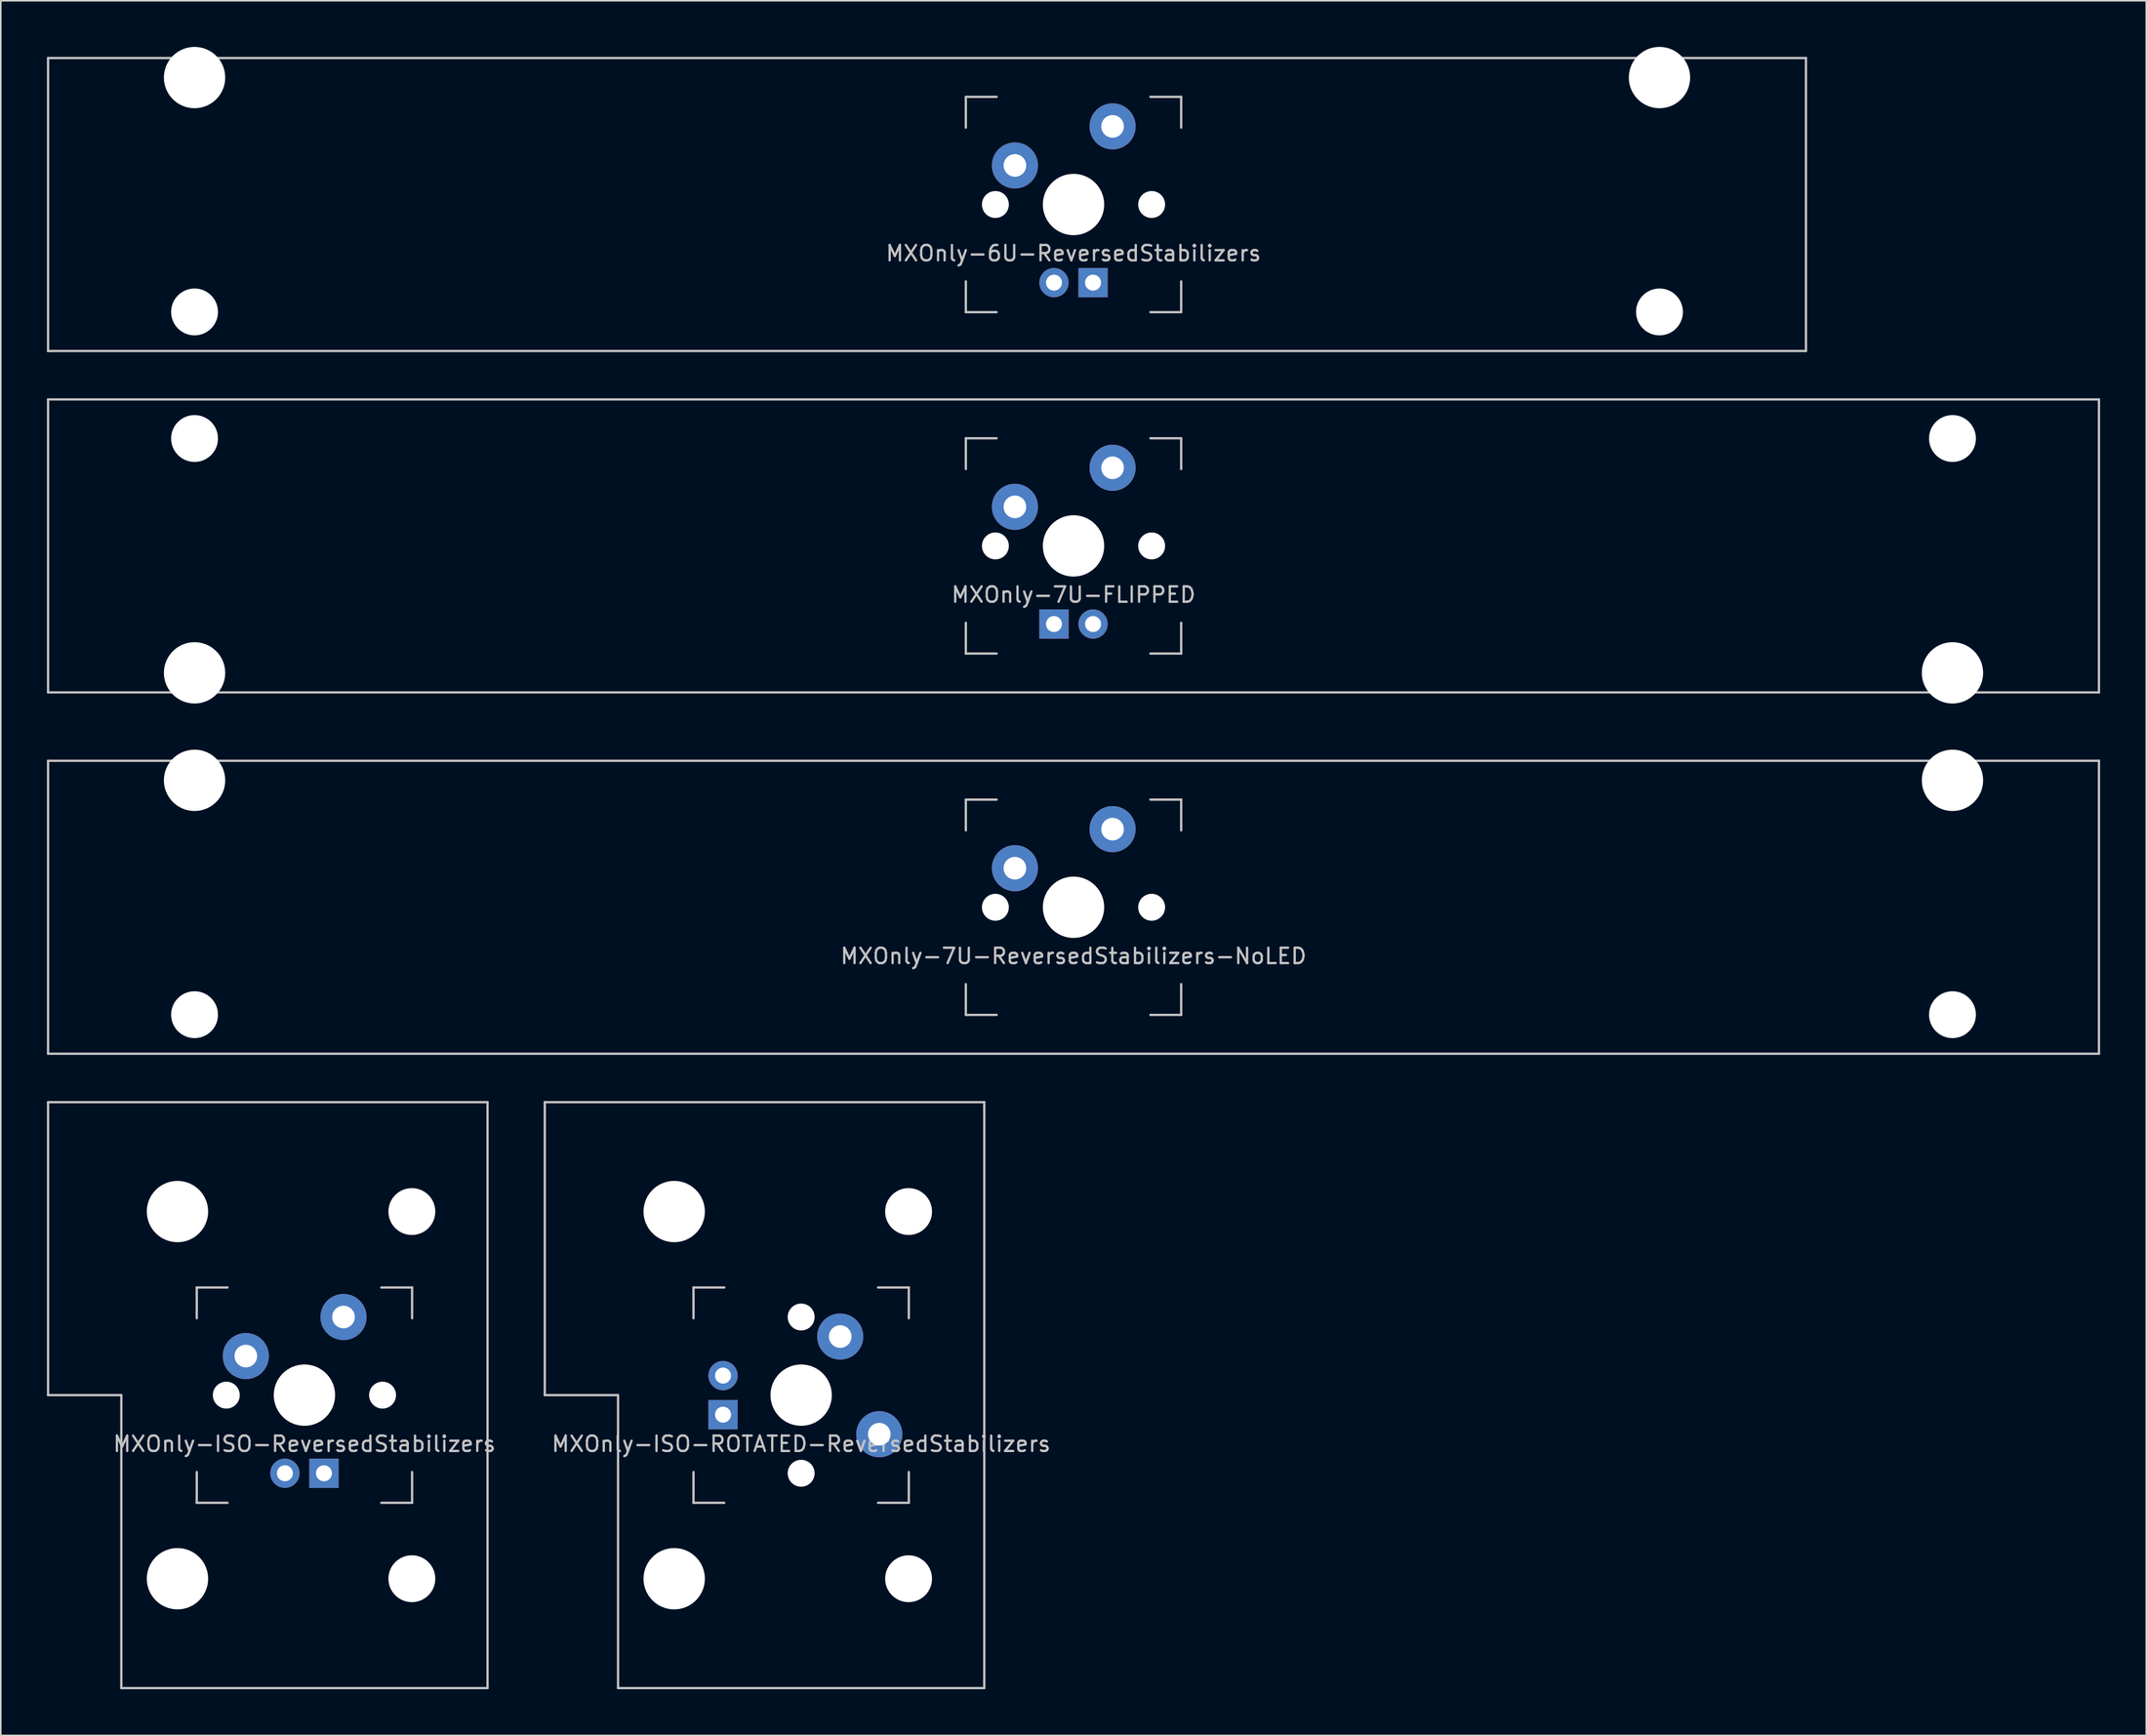
<source format=kicad_pcb>
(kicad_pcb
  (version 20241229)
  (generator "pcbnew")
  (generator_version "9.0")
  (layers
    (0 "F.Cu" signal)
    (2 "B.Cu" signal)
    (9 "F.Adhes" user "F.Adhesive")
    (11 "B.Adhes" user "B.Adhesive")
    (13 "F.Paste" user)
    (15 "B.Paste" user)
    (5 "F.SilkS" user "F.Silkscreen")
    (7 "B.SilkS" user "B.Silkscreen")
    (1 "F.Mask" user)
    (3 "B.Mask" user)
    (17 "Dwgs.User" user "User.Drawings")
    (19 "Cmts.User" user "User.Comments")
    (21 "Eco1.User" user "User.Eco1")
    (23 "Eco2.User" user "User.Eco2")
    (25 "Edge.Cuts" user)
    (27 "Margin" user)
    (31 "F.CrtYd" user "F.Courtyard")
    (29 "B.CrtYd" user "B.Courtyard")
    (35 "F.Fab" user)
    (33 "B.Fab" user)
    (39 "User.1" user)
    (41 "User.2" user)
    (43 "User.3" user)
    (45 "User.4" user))
  (footprint "MXOnly-7U-ReversedStabilizers-NoLED"
    (layer "F.Cu")
    (at 66.75 55.947)
    (property "Reference" "MXOnly-7U-ReversedStabilizers-NoLED" (at 0 3.175 0) (layer "Dwgs.User") (effects (font (size 1 1) (thickness 0.15))))
    (attr through_hole)
    (fp_line (start -66.675 -9.525) (end 66.675 -9.525) (stroke (width 0.15) (type solid)) (layer "Dwgs.User"))
    (fp_line (start -66.675 9.525) (end -66.675 -9.525) (stroke (width 0.15) (type solid)) (layer "Dwgs.User"))
    (fp_line (start -66.675 9.525) (end 66.675 9.525) (stroke (width 0.15) (type solid)) (layer "Dwgs.User"))
    (fp_line (start -7 -7) (end -7 -5) (stroke (width 0.15) (type solid)) (layer "Dwgs.User"))
    (fp_line (start -7 5) (end -7 7) (stroke (width 0.15) (type solid)) (layer "Dwgs.User"))
    (fp_line (start -7 7) (end -5 7) (stroke (width 0.15) (type solid)) (layer "Dwgs.User"))
    (fp_line (start -5 -7) (end -7 -7) (stroke (width 0.15) (type solid)) (layer "Dwgs.User"))
    (fp_line (start 5 -7) (end 7 -7) (stroke (width 0.15) (type solid)) (layer "Dwgs.User"))
    (fp_line (start 5 7) (end 7 7) (stroke (width 0.15) (type solid)) (layer "Dwgs.User"))
    (fp_line (start 7 -7) (end 7 -5) (stroke (width 0.15) (type solid)) (layer "Dwgs.User"))
    (fp_line (start 7 7) (end 7 5) (stroke (width 0.15) (type solid)) (layer "Dwgs.User"))
    (fp_line (start 66.675 -9.525) (end 66.675 9.525) (stroke (width 0.15) (type solid)) (layer "Dwgs.User"))
    (pad "" np_thru_hole circle (at -57.15 -8.255) (size 3.988 3.988) (drill 3.988) (layers "*.Cu" "*.Mask"))
    (pad "" np_thru_hole circle (at -57.15 6.985) (size 3.048 3.048) (drill 3.048) (layers "*.Cu" "*.Mask"))
    (pad "" np_thru_hole circle (at -5.08 0 48.1) (size 1.75 1.75) (drill 1.75) (layers "*.Cu" "*.Mask"))
    (pad "" np_thru_hole circle (at 0 0) (size 3.988 3.988) (drill 3.988) (layers "*.Cu" "*.Mask"))
    (pad "" np_thru_hole circle (at 5.08 0 48.1) (size 1.75 1.75) (drill 1.75) (layers "*.Cu" "*.Mask"))
    (pad "" np_thru_hole circle (at 57.15 -8.255) (size 3.988 3.988) (drill 3.988) (layers "*.Cu" "*.Mask"))
    (pad "" np_thru_hole circle (at 57.15 6.985) (size 3.048 3.048) (drill 3.048) (layers "*.Cu" "*.Mask"))
    (pad "1" thru_hole circle (at -3.81 -2.54) (size 3 3) (drill 1.47) (layers "*.Cu" "*.Mask"))
    (pad "2" thru_hole circle (at 2.54 -5.08) (size 3 3) (drill 1.47) (layers "*.Cu" "*.Mask")))
  (footprint "MXOnly-ISO-ReversedStabilizers"
    (layer "F.Cu")
    (at 16.744 87.672)
    (property "Reference" "MXOnly-ISO-ReversedStabilizers" (at 0 3.175 0) (layer "Dwgs.User") (effects (font (size 1 1) (thickness 0.15))))
    (attr through_hole)
    (fp_line (start -16.669 -19.05) (end -16.669 0) (stroke (width 0.15) (type solid)) (layer "Dwgs.User"))
    (fp_line (start -16.669 -19.05) (end 11.906 -19.05) (stroke (width 0.15) (type solid)) (layer "Dwgs.User"))
    (fp_line (start -11.906 0) (end -16.669 0) (stroke (width 0.15) (type solid)) (layer "Dwgs.User"))
    (fp_line (start -11.906 19.05) (end -11.906 0) (stroke (width 0.15) (type solid)) (layer "Dwgs.User"))
    (fp_line (start -11.906 19.05) (end 11.906 19.05) (stroke (width 0.15) (type solid)) (layer "Dwgs.User"))
    (fp_line (start -7 -7) (end -7 -5) (stroke (width 0.15) (type solid)) (layer "Dwgs.User"))
    (fp_line (start -7 5) (end -7 7) (stroke (width 0.15) (type solid)) (layer "Dwgs.User"))
    (fp_line (start -7 7) (end -5 7) (stroke (width 0.15) (type solid)) (layer "Dwgs.User"))
    (fp_line (start -5 -7) (end -7 -7) (stroke (width 0.15) (type solid)) (layer "Dwgs.User"))
    (fp_line (start 5 -7) (end 7 -7) (stroke (width 0.15) (type solid)) (layer "Dwgs.User"))
    (fp_line (start 5 7) (end 7 7) (stroke (width 0.15) (type solid)) (layer "Dwgs.User"))
    (fp_line (start 7 -7) (end 7 -5) (stroke (width 0.15) (type solid)) (layer "Dwgs.User"))
    (fp_line (start 7 7) (end 7 5) (stroke (width 0.15) (type solid)) (layer "Dwgs.User"))
    (fp_line (start 11.906 -19.05) (end 11.906 19.05) (stroke (width 0.15) (type solid)) (layer "Dwgs.User"))
    (pad "" np_thru_hole circle (at -8.255 -11.938) (size 3.988 3.988) (drill 3.988) (layers "*.Cu" "*.Mask"))
    (pad "" np_thru_hole circle (at -8.255 11.938) (size 3.988 3.988) (drill 3.988) (layers "*.Cu" "*.Mask"))
    (pad "" np_thru_hole circle (at -5.08 0 48.1) (size 1.75 1.75) (drill 1.75) (layers "*.Cu" "*.Mask"))
    (pad "" np_thru_hole circle (at 0 0) (size 3.988 3.988) (drill 3.988) (layers "*.Cu" "*.Mask"))
    (pad "" np_thru_hole circle (at 5.08 0 48.1) (size 1.75 1.75) (drill 1.75) (layers "*.Cu" "*.Mask"))
    (pad "" np_thru_hole circle (at 6.985 -11.938) (size 3.048 3.048) (drill 3.048) (layers "*.Cu" "*.Mask"))
    (pad "" np_thru_hole circle (at 6.985 11.938) (size 3.048 3.048) (drill 3.048) (layers "*.Cu" "*.Mask"))
    (pad "1" thru_hole circle (at -3.81 -2.54) (size 3 3) (drill 1.47) (layers "*.Cu" "*.Mask"))
    (pad "2" thru_hole circle (at 2.54 -5.08) (size 3 3) (drill 1.47) (layers "*.Cu" "*.Mask"))
    (pad "3" thru_hole circle (at -1.27 5.08) (size 1.905 1.905) (drill 1.04) (layers "*.Cu" "*.Mask"))
    (pad "4" thru_hole rect (at 1.27 5.08) (size 1.905 1.905) (drill 1.04) (layers "*.Cu" "*.Mask")))
  (footprint "MXOnly-7U-FLIPPED"
    (layer "F.Cu")
    (at 66.75 32.449)
    (property "Reference" "MXOnly-7U-FLIPPED" (at 0 3.175 0) (layer "Dwgs.User") (effects (font (size 1 1) (thickness 0.15))))
    (attr through_hole)
    (fp_line (start -66.675 -9.525) (end 66.675 -9.525) (stroke (width 0.15) (type solid)) (layer "Dwgs.User"))
    (fp_line (start -66.675 9.525) (end -66.675 -9.525) (stroke (width 0.15) (type solid)) (layer "Dwgs.User"))
    (fp_line (start -66.675 9.525) (end 66.675 9.525) (stroke (width 0.15) (type solid)) (layer "Dwgs.User"))
    (fp_line (start -7 -7) (end -7 -5) (stroke (width 0.15) (type solid)) (layer "Dwgs.User"))
    (fp_line (start -7 5) (end -7 7) (stroke (width 0.15) (type solid)) (layer "Dwgs.User"))
    (fp_line (start -7 7) (end -5 7) (stroke (width 0.15) (type solid)) (layer "Dwgs.User"))
    (fp_line (start -5 -7) (end -7 -7) (stroke (width 0.15) (type solid)) (layer "Dwgs.User"))
    (fp_line (start 5 -7) (end 7 -7) (stroke (width 0.15) (type solid)) (layer "Dwgs.User"))
    (fp_line (start 5 7) (end 7 7) (stroke (width 0.15) (type solid)) (layer "Dwgs.User"))
    (fp_line (start 7 -7) (end 7 -5) (stroke (width 0.15) (type solid)) (layer "Dwgs.User"))
    (fp_line (start 7 7) (end 7 5) (stroke (width 0.15) (type solid)) (layer "Dwgs.User"))
    (fp_line (start 66.675 -9.525) (end 66.675 9.525) (stroke (width 0.15) (type solid)) (layer "Dwgs.User"))
    (pad "" np_thru_hole circle (at -57.15 -6.985) (size 3.048 3.048) (drill 3.048) (layers "*.Cu" "*.Mask"))
    (pad "" np_thru_hole circle (at -57.15 8.255) (size 3.988 3.988) (drill 3.988) (layers "*.Cu" "*.Mask"))
    (pad "" np_thru_hole circle (at -5.08 0 48.1) (size 1.75 1.75) (drill 1.75) (layers "*.Cu" "*.Mask"))
    (pad "" np_thru_hole circle (at 0 0) (size 3.988 3.988) (drill 3.988) (layers "*.Cu" "*.Mask"))
    (pad "" np_thru_hole circle (at 5.08 0 48.1) (size 1.75 1.75) (drill 1.75) (layers "*.Cu" "*.Mask"))
    (pad "" np_thru_hole circle (at 57.15 -6.985) (size 3.048 3.048) (drill 3.048) (layers "*.Cu" "*.Mask"))
    (pad "" np_thru_hole circle (at 57.15 8.255) (size 3.988 3.988) (drill 3.988) (layers "*.Cu" "*.Mask"))
    (pad "1" thru_hole circle (at -3.81 -2.54) (size 3 3) (drill 1.47) (layers "*.Cu" "*.Mask"))
    (pad "2" thru_hole circle (at 2.54 -5.08) (size 3 3) (drill 1.47) (layers "*.Cu" "*.Mask"))
    (pad "3" thru_hole circle (at 1.27 5.08) (size 1.905 1.905) (drill 1.04) (layers "*.Cu" "*.Mask"))
    (pad "4" thru_hole rect (at -1.27 5.08) (size 1.905 1.905) (drill 1.04) (layers "*.Cu" "*.Mask")))
  (footprint "MXOnly-ISO-ROTATED-ReversedStabilizers"
    (layer "F.Cu")
    (at 49.041 87.672)
    (property "Reference" "MXOnly-ISO-ROTATED-ReversedStabilizers" (at 0 3.175 0) (layer "Dwgs.User") (effects (font (size 1 1) (thickness 0.15))))
    (attr through_hole)
    (fp_line (start -16.669 -19.05) (end -16.669 0) (stroke (width 0.15) (type solid)) (layer "Dwgs.User"))
    (fp_line (start -16.669 -19.05) (end 11.906 -19.05) (stroke (width 0.15) (type solid)) (layer "Dwgs.User"))
    (fp_line (start -11.906 0) (end -16.669 0) (stroke (width 0.15) (type solid)) (layer "Dwgs.User"))
    (fp_line (start -11.906 19.05) (end -11.906 0) (stroke (width 0.15) (type solid)) (layer "Dwgs.User"))
    (fp_line (start -11.906 19.05) (end 11.906 19.05) (stroke (width 0.15) (type solid)) (layer "Dwgs.User"))
    (fp_line (start -7 -7) (end -7 -5) (stroke (width 0.15) (type solid)) (layer "Dwgs.User"))
    (fp_line (start -7 5) (end -7 7) (stroke (width 0.15) (type solid)) (layer "Dwgs.User"))
    (fp_line (start -7 7) (end -5 7) (stroke (width 0.15) (type solid)) (layer "Dwgs.User"))
    (fp_line (start -5 -7) (end -7 -7) (stroke (width 0.15) (type solid)) (layer "Dwgs.User"))
    (fp_line (start 5 -7) (end 7 -7) (stroke (width 0.15) (type solid)) (layer "Dwgs.User"))
    (fp_line (start 5 7) (end 7 7) (stroke (width 0.15) (type solid)) (layer "Dwgs.User"))
    (fp_line (start 7 -7) (end 7 -5) (stroke (width 0.15) (type solid)) (layer "Dwgs.User"))
    (fp_line (start 7 7) (end 7 5) (stroke (width 0.15) (type solid)) (layer "Dwgs.User"))
    (fp_line (start 11.906 -19.05) (end 11.906 19.05) (stroke (width 0.15) (type solid)) (layer "Dwgs.User"))
    (pad "" np_thru_hole circle (at -8.255 -11.938) (size 3.988 3.988) (drill 3.988) (layers "*.Cu" "*.Mask"))
    (pad "" np_thru_hole circle (at -8.255 11.938) (size 3.988 3.988) (drill 3.988) (layers "*.Cu" "*.Mask"))
    (pad "" np_thru_hole circle (at 0 -5.08 48.1) (size 1.75 1.75) (drill 1.75) (layers "*.Cu" "*.Mask"))
    (pad "" np_thru_hole circle (at 0 0) (size 3.988 3.988) (drill 3.988) (layers "*.Cu" "*.Mask"))
    (pad "" np_thru_hole circle (at 0 5.08 48.1) (size 1.75 1.75) (drill 1.75) (layers "*.Cu" "*.Mask"))
    (pad "" np_thru_hole circle (at 6.985 -11.938) (size 3.048 3.048) (drill 3.048) (layers "*.Cu" "*.Mask"))
    (pad "" np_thru_hole circle (at 6.985 11.938) (size 3.048 3.048) (drill 3.048) (layers "*.Cu" "*.Mask"))
    (pad "1" thru_hole circle (at 2.54 -3.81) (size 3 3) (drill 1.47) (layers "*.Cu" "*.Mask"))
    (pad "2" thru_hole circle (at 5.08 2.54) (size 3 3) (drill 1.47) (layers "*.Cu" "*.Mask"))
    (pad "3" thru_hole circle (at -5.08 -1.27) (size 1.905 1.905) (drill 1.04) (layers "*.Cu" "*.Mask"))
    (pad "4" thru_hole rect (at -5.08 1.27) (size 1.905 1.905) (drill 1.04) (layers "*.Cu" "*.Mask")))
  (footprint "MXOnly-6U-ReversedStabilizers"
    (layer "F.Cu")
    (at 57.225 10.249)
    (property "Reference" "MXOnly-6U-ReversedStabilizers" (at 9.525 3.175 0) (layer "Dwgs.User") (effects (font (size 1 1) (thickness 0.15))))
    (attr through_hole)
    (fp_line (start -57.15 -9.525) (end 57.15 -9.525) (stroke (width 0.15) (type solid)) (layer "Dwgs.User"))
    (fp_line (start -57.15 9.525) (end -57.15 -9.525) (stroke (width 0.15) (type solid)) (layer "Dwgs.User"))
    (fp_line (start -57.15 9.525) (end 57.15 9.525) (stroke (width 0.15) (type solid)) (layer "Dwgs.User"))
    (fp_line (start 2.525 -7) (end 2.525 -5) (stroke (width 0.15) (type solid)) (layer "Dwgs.User"))
    (fp_line (start 2.525 5) (end 2.525 7) (stroke (width 0.15) (type solid)) (layer "Dwgs.User"))
    (fp_line (start 2.525 7) (end 4.525 7) (stroke (width 0.15) (type solid)) (layer "Dwgs.User"))
    (fp_line (start 4.525 -7) (end 2.525 -7) (stroke (width 0.15) (type solid)) (layer "Dwgs.User"))
    (fp_line (start 14.525 -7) (end 16.525 -7) (stroke (width 0.15) (type solid)) (layer "Dwgs.User"))
    (fp_line (start 14.525 7) (end 16.525 7) (stroke (width 0.15) (type solid)) (layer "Dwgs.User"))
    (fp_line (start 16.525 -7) (end 16.525 -5) (stroke (width 0.15) (type solid)) (layer "Dwgs.User"))
    (fp_line (start 16.525 7) (end 16.525 5) (stroke (width 0.15) (type solid)) (layer "Dwgs.User"))
    (fp_line (start 57.15 -9.525) (end 57.15 9.525) (stroke (width 0.15) (type solid)) (layer "Dwgs.User"))
    (pad "" np_thru_hole circle (at -47.625 -8.255) (size 3.988 3.988) (drill 3.988) (layers "*.Cu" "*.Mask"))
    (pad "" np_thru_hole circle (at -47.625 6.985) (size 3.048 3.048) (drill 3.048) (layers "*.Cu" "*.Mask"))
    (pad "" np_thru_hole circle (at 4.445 0 48.1) (size 1.75 1.75) (drill 1.75) (layers "*.Cu" "*.Mask"))
    (pad "" np_thru_hole circle (at 9.525 0) (size 3.988 3.988) (drill 3.988) (layers "*.Cu" "*.Mask"))
    (pad "" np_thru_hole circle (at 14.605 0 48.1) (size 1.75 1.75) (drill 1.75) (layers "*.Cu" "*.Mask"))
    (pad "" np_thru_hole circle (at 47.625 -8.255) (size 3.988 3.988) (drill 3.988) (layers "*.Cu" "*.Mask"))
    (pad "" np_thru_hole circle (at 47.625 6.985) (size 3.048 3.048) (drill 3.048) (layers "*.Cu" "*.Mask"))
    (pad "1" thru_hole circle (at 5.715 -2.54) (size 3 3) (drill 1.47) (layers "*.Cu" "*.Mask"))
    (pad "2" thru_hole circle (at 12.065 -5.08) (size 3 3) (drill 1.47) (layers "*.Cu" "*.Mask"))
    (pad "3" thru_hole circle (at 8.255 5.08) (size 1.905 1.905) (drill 1.04) (layers "*.Cu" "*.Mask"))
    (pad "4" thru_hole rect (at 10.795 5.08) (size 1.905 1.905) (drill 1.04) (layers "*.Cu" "*.Mask")))
  (gr_rect
    (start -3 -3)
    (end 136.5 109.797)
    (stroke (width 0.1) (type default))
    (fill no)
    (layer "Edge.Cuts")))
</source>
